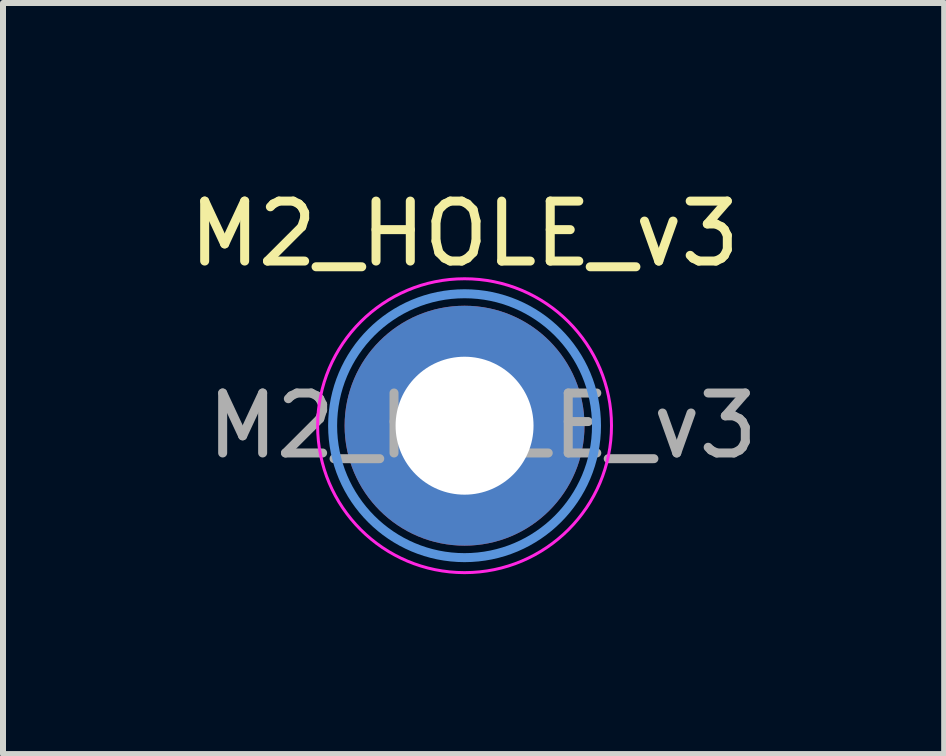
<source format=kicad_pcb>
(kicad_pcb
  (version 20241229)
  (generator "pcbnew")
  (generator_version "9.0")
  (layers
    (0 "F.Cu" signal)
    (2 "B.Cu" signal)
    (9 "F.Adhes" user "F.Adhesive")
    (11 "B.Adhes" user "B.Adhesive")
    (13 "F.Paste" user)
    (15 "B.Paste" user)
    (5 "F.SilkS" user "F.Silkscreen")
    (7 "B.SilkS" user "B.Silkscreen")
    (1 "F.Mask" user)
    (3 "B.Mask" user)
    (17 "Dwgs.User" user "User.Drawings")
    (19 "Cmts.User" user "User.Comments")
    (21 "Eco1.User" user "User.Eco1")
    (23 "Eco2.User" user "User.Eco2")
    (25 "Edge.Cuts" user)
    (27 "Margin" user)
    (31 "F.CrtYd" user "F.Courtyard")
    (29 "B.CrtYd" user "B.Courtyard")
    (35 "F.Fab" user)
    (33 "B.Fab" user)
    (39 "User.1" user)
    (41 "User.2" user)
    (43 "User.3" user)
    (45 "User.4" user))
  (footprint "M2_HOLE_v3"
    (layer "F.Cu")
    (at 4.696 4.048)
    (property "Reference" "M2_HOLE_v3" (at 0 -3.2 0) (layer "F.SilkS") (effects (font (size 1 1) (thickness 0.15))))
    (attr exclude_from_pos_files exclude_from_bom)
    (fp_circle (center 0 0) (end 2.2 0) (stroke (width 0.15) (type solid)) (fill no) (layer "Cmts.User"))
    (fp_circle (center 0 0) (end 2.45 0) (stroke (width 0.05) (type solid)) (fill no) (layer "F.CrtYd"))
    (fp_text user "${REFERENCE}" (at 0.3 0 0) (layer "F.Fab") (effects (font (size 1 1) (thickness 0.15))))
    (pad "1" thru_hole circle (at 0 0) (size 4 4) (drill 2.3) (layers "*.Cu" "*.Mask")))
  (gr_rect
    (start -3 -3)
    (end 12.693 9.523)
    (stroke (width 0.1) (type default))
    (fill no)
    (layer "Edge.Cuts")))
</source>
